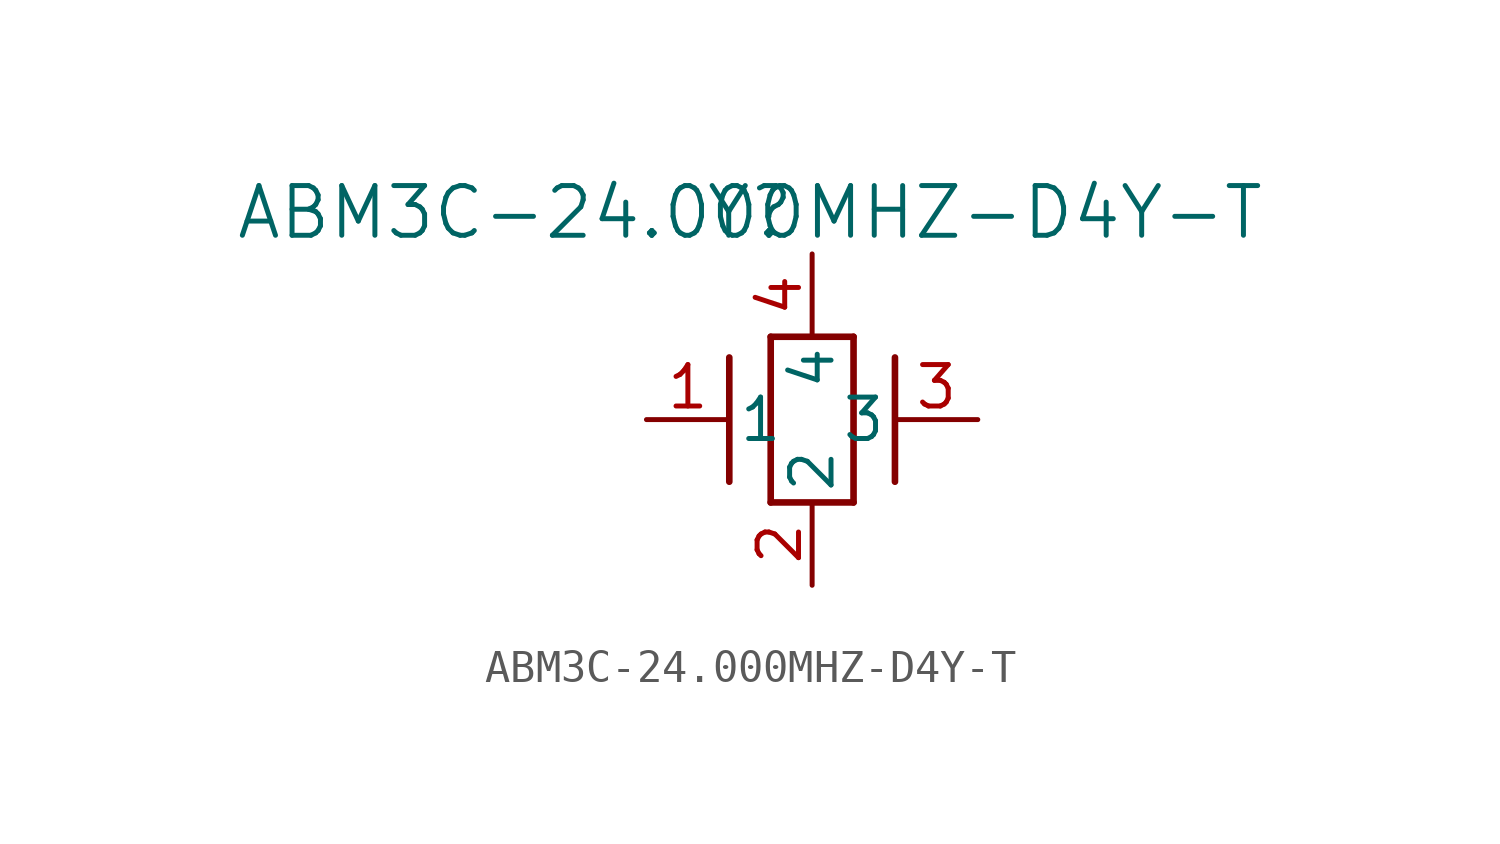
<source format=kicad_sym>
(kicad_symbol_lib
  (version 20211014)
  (generator kicad_symbol_editor)
  (symbol "ABM3C-24.000MHZ-D4Y-T"
    (pin_names
      (offset 0.254))
    (property "Reference" "Y"
      (at 3.175 6.35 0)
      (effects (font (size 1.524 1.524))))
    (property "Value" "ABM3C-24.000MHZ-D4Y-T"
      (at 3.175 6.35 0)
      (effects (font (size 1.524 1.524))))
    (symbol "ABM3C-24.000MHZ-D4Y-T_0_1"
      (polyline (pts (xy 2.54 -1.905) (xy 2.54 1.905)) (stroke (width 0.203) (type default) (color 0 0 0 0)) (fill (type none)))
      (polyline (pts (xy 6.35 2.54) (xy 6.35 -2.54)) (stroke (width 0.203) (type default) (color 0 0 0 0)) (fill (type none)))
      (polyline (pts (xy 7.62 -1.905) (xy 7.62 1.905)) (stroke (width 0.203) (type default) (color 0 0 0 0)) (fill (type none)))
      (polyline (pts (xy 6.35 -2.54) (xy 3.81 -2.54)) (stroke (width 0.203) (type default) (color 0 0 0 0)) (fill (type none)))
      (polyline (pts (xy 3.81 2.54) (xy 6.35 2.54)) (stroke (width 0.203) (type default) (color 0 0 0 0)) (fill (type none)))
      (polyline (pts (xy 3.81 -2.54) (xy 3.81 2.54)) (stroke (width 0.203) (type default) (color 0 0 0 0)) (fill (type none)))
      (pin power_in line (at 5.08 -5.08 90) (length 2.54) (name "2" (effects (font (size 1.27 1.27)))) (number "2" (effects (font (size 1.27 1.27)))))
      (pin unspecified line (at 0 0 0) (length 2.54) (name "1" (effects (font (size 1.27 1.27)))) (number "1" (effects (font (size 1.27 1.27)))))
      (pin unspecified line (at 10.16 0 180) (length 2.54) (name "3" (effects (font (size 1.27 1.27)))) (number "3" (effects (font (size 1.27 1.27)))))
      (pin power_in line (at 5.08 5.08 270) (length 2.54) (name "4" (effects (font (size 1.27 1.27)))) (number "4" (effects (font (size 1.27 1.27))))))))
</source>
